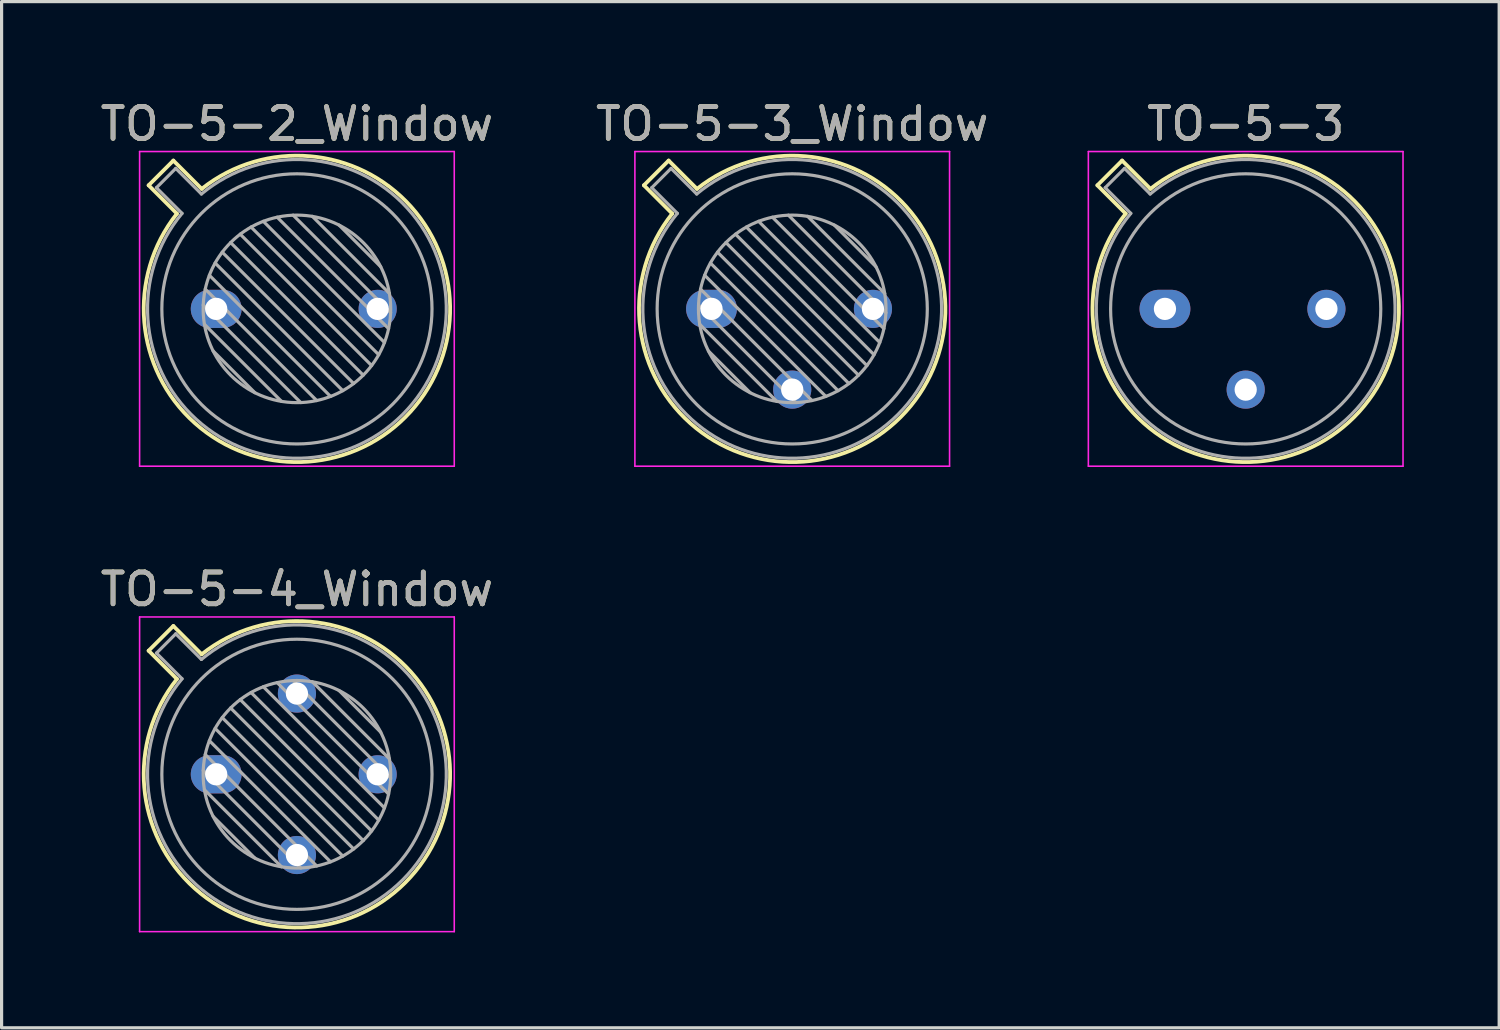
<source format=kicad_pcb>
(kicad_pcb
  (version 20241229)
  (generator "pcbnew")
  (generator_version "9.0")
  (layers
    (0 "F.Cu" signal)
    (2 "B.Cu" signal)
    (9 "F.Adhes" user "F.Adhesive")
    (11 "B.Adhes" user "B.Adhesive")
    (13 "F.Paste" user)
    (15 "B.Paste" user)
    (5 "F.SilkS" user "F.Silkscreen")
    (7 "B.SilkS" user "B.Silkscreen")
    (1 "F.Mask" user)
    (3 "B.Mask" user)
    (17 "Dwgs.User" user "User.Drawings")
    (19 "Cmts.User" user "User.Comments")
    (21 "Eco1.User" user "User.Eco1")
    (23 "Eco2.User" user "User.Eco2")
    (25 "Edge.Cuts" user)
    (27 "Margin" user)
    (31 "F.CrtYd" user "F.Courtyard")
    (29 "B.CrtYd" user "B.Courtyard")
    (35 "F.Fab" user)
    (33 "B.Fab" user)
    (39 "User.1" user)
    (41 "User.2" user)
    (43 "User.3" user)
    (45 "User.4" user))
  (footprint "TO-5-3"
    (layer "F.Cu")
    (at 33.602 6.668)
    (property "Reference" "TO-5-3" (at 2.54 -5.82 0) (layer "F.SilkS") (effects (font (size 1 1) (thickness 0.15))))
    (attr through_hole)
    (fp_line (start -2.126 -3.888) (end -1.235 -2.997) (stroke (width 0.12) (type solid)) (layer "F.SilkS"))
    (fp_line (start -1.348 -4.666) (end -2.126 -3.888) (stroke (width 0.12) (type solid)) (layer "F.SilkS"))
    (fp_line (start -0.457 -3.775) (end -1.348 -4.666) (stroke (width 0.12) (type solid)) (layer "F.SilkS"))
    (fp_arc (start -0.457084 -3.774902) (mid 5.948125 3.408384) (end -1.234674 -2.997371) (stroke (width 0.12) (type solid)) (layer "F.SilkS"))
    (fp_line (start -2.41 -4.95) (end -2.41 4.95) (stroke (width 0.05) (type solid)) (layer "F.CrtYd"))
    (fp_line (start -2.41 4.95) (end 7.49 4.95) (stroke (width 0.05) (type solid)) (layer "F.CrtYd"))
    (fp_line (start 7.49 -4.95) (end -2.41 -4.95) (stroke (width 0.05) (type solid)) (layer "F.CrtYd"))
    (fp_line (start 7.49 4.95) (end 7.49 -4.95) (stroke (width 0.05) (type solid)) (layer "F.CrtYd"))
    (fp_line (start -1.88 -3.812) (end -1.074 -3.005) (stroke (width 0.1) (type solid)) (layer "F.Fab"))
    (fp_line (start -1.272 -4.42) (end -1.88 -3.812) (stroke (width 0.1) (type solid)) (layer "F.Fab"))
    (fp_line (start -0.465 -3.614) (end -1.272 -4.42) (stroke (width 0.1) (type solid)) (layer "F.Fab"))
    (fp_arc (start -0.465408 -3.61352) (mid 5.863443 3.323361) (end -1.073594 -3.005319) (stroke (width 0.1) (type solid)) (layer "F.Fab"))
    (fp_circle (center 2.54 0) (end 6.79 0) (stroke (width 0.1) (type solid)) (fill no) (layer "F.Fab"))
    (fp_text user "${REFERENCE}" (at 2.54 -5.82 0) (layer "F.Fab") (effects (font (size 1 1) (thickness 0.15))))
    (pad "1" thru_hole oval (at 0 0) (size 1.6 1.2) (drill 0.7) (layers "*.Cu" "*.Mask"))
    (pad "2" thru_hole oval (at 2.54 2.54) (size 1.2 1.2) (drill 0.7) (layers "*.Cu" "*.Mask"))
    (pad "3" thru_hole oval (at 5.08 0) (size 1.2 1.2) (drill 0.7) (layers "*.Cu" "*.Mask")))
  (footprint "TO-5-2_Window"
    (layer "F.Cu")
    (at 3.752 6.668)
    (property "Reference" "TO-5-2_Window" (at 2.54 -5.82 0) (layer "F.SilkS") (effects (font (size 1 1) (thickness 0.15))))
    (attr through_hole)
    (fp_line (start -2.126 -3.888) (end -1.235 -2.997) (stroke (width 0.12) (type solid)) (layer "F.SilkS"))
    (fp_line (start -1.348 -4.666) (end -2.126 -3.888) (stroke (width 0.12) (type solid)) (layer "F.SilkS"))
    (fp_line (start -0.457 -3.775) (end -1.348 -4.666) (stroke (width 0.12) (type solid)) (layer "F.SilkS"))
    (fp_arc (start -0.457084 -3.774902) (mid 5.948125 3.408384) (end -1.234674 -2.997371) (stroke (width 0.12) (type solid)) (layer "F.SilkS"))
    (fp_line (start -2.41 -4.95) (end -2.41 4.95) (stroke (width 0.05) (type solid)) (layer "F.CrtYd"))
    (fp_line (start -2.41 4.95) (end 7.49 4.95) (stroke (width 0.05) (type solid)) (layer "F.CrtYd"))
    (fp_line (start 7.49 -4.95) (end -2.41 -4.95) (stroke (width 0.05) (type solid)) (layer "F.CrtYd"))
    (fp_line (start 7.49 4.95) (end 7.49 -4.95) (stroke (width 0.05) (type solid)) (layer "F.CrtYd"))
    (fp_line (start -1.88 -3.812) (end -1.074 -3.005) (stroke (width 0.1) (type solid)) (layer "F.Fab"))
    (fp_line (start -1.272 -4.42) (end -1.88 -3.812) (stroke (width 0.1) (type solid)) (layer "F.Fab"))
    (fp_line (start -0.465 -3.614) (end -1.272 -4.42) (stroke (width 0.1) (type solid)) (layer "F.Fab"))
    (fp_line (start -0.408 -0.12) (end 2.66 2.948) (stroke (width 0.1) (type solid)) (layer "F.Fab"))
    (fp_line (start -0.371 0.485) (end 2.055 2.911) (stroke (width 0.1) (type solid)) (layer "F.Fab"))
    (fp_line (start -0.344 -0.622) (end 3.162 2.884) (stroke (width 0.1) (type solid)) (layer "F.Fab"))
    (fp_line (start -0.215 -1.058) (end 3.598 2.755) (stroke (width 0.1) (type solid)) (layer "F.Fab"))
    (fp_line (start -0.097 1.324) (end 1.216 2.637) (stroke (width 0.1) (type solid)) (layer "F.Fab"))
    (fp_line (start -0.034 -1.443) (end 3.983 2.574) (stroke (width 0.1) (type solid)) (layer "F.Fab"))
    (fp_line (start 0.19 -1.784) (end 4.324 2.35) (stroke (width 0.1) (type solid)) (layer "F.Fab"))
    (fp_line (start 0.454 -2.086) (end 4.626 2.086) (stroke (width 0.1) (type solid)) (layer "F.Fab"))
    (fp_line (start 0.756 -2.35) (end 4.89 1.784) (stroke (width 0.1) (type solid)) (layer "F.Fab"))
    (fp_line (start 1.097 -2.574) (end 5.114 1.443) (stroke (width 0.1) (type solid)) (layer "F.Fab"))
    (fp_line (start 1.482 -2.755) (end 5.295 1.058) (stroke (width 0.1) (type solid)) (layer "F.Fab"))
    (fp_line (start 1.918 -2.884) (end 5.424 0.622) (stroke (width 0.1) (type solid)) (layer "F.Fab"))
    (fp_line (start 2.42 -2.948) (end 5.488 0.12) (stroke (width 0.1) (type solid)) (layer "F.Fab"))
    (fp_line (start 3.025 -2.911) (end 5.451 -0.485) (stroke (width 0.1) (type solid)) (layer "F.Fab"))
    (fp_line (start 3.864 -2.637) (end 5.177 -1.324) (stroke (width 0.1) (type solid)) (layer "F.Fab"))
    (fp_arc (start -0.465408 -3.61352) (mid 5.863443 3.323361) (end -1.073594 -3.005319) (stroke (width 0.1) (type solid)) (layer "F.Fab"))
    (fp_circle (center 2.54 0) (end 5.49 0) (stroke (width 0.1) (type solid)) (fill no) (layer "F.Fab"))
    (fp_circle (center 2.54 0) (end 6.79 0) (stroke (width 0.1) (type solid)) (fill no) (layer "F.Fab"))
    (fp_text user "${REFERENCE}" (at 2.54 -5.82 0) (layer "F.Fab") (effects (font (size 1 1) (thickness 0.15))))
    (pad "1" thru_hole oval (at 0 0) (size 1.6 1.2) (drill 0.7) (layers "*.Cu" "*.Mask"))
    (pad "2" thru_hole oval (at 5.08 0) (size 1.2 1.2) (drill 0.7) (layers "*.Cu" "*.Mask")))
  (footprint "TO-5-4_Window"
    (layer "F.Cu")
    (at 3.752 21.311)
    (property "Reference" "TO-5-4_Window" (at 2.54 -5.82 0) (layer "F.SilkS") (effects (font (size 1 1) (thickness 0.15))))
    (attr through_hole)
    (fp_line (start -2.126 -3.888) (end -1.235 -2.997) (stroke (width 0.12) (type solid)) (layer "F.SilkS"))
    (fp_line (start -1.348 -4.666) (end -2.126 -3.888) (stroke (width 0.12) (type solid)) (layer "F.SilkS"))
    (fp_line (start -0.457 -3.775) (end -1.348 -4.666) (stroke (width 0.12) (type solid)) (layer "F.SilkS"))
    (fp_arc (start -0.457084 -3.774902) (mid 5.948125 3.408384) (end -1.234674 -2.997371) (stroke (width 0.12) (type solid)) (layer "F.SilkS"))
    (fp_line (start -2.41 -4.95) (end -2.41 4.95) (stroke (width 0.05) (type solid)) (layer "F.CrtYd"))
    (fp_line (start -2.41 4.95) (end 7.49 4.95) (stroke (width 0.05) (type solid)) (layer "F.CrtYd"))
    (fp_line (start 7.49 -4.95) (end -2.41 -4.95) (stroke (width 0.05) (type solid)) (layer "F.CrtYd"))
    (fp_line (start 7.49 4.95) (end 7.49 -4.95) (stroke (width 0.05) (type solid)) (layer "F.CrtYd"))
    (fp_line (start -1.88 -3.812) (end -1.074 -3.005) (stroke (width 0.1) (type solid)) (layer "F.Fab"))
    (fp_line (start -1.272 -4.42) (end -1.88 -3.812) (stroke (width 0.1) (type solid)) (layer "F.Fab"))
    (fp_line (start -0.465 -3.614) (end -1.272 -4.42) (stroke (width 0.1) (type solid)) (layer "F.Fab"))
    (fp_line (start -0.408 -0.12) (end 2.66 2.948) (stroke (width 0.1) (type solid)) (layer "F.Fab"))
    (fp_line (start -0.371 0.485) (end 2.055 2.911) (stroke (width 0.1) (type solid)) (layer "F.Fab"))
    (fp_line (start -0.344 -0.622) (end 3.162 2.884) (stroke (width 0.1) (type solid)) (layer "F.Fab"))
    (fp_line (start -0.215 -1.058) (end 3.598 2.755) (stroke (width 0.1) (type solid)) (layer "F.Fab"))
    (fp_line (start -0.097 1.324) (end 1.216 2.637) (stroke (width 0.1) (type solid)) (layer "F.Fab"))
    (fp_line (start -0.034 -1.443) (end 3.983 2.574) (stroke (width 0.1) (type solid)) (layer "F.Fab"))
    (fp_line (start 0.19 -1.784) (end 4.324 2.35) (stroke (width 0.1) (type solid)) (layer "F.Fab"))
    (fp_line (start 0.454 -2.086) (end 4.626 2.086) (stroke (width 0.1) (type solid)) (layer "F.Fab"))
    (fp_line (start 0.756 -2.35) (end 4.89 1.784) (stroke (width 0.1) (type solid)) (layer "F.Fab"))
    (fp_line (start 1.097 -2.574) (end 5.114 1.443) (stroke (width 0.1) (type solid)) (layer "F.Fab"))
    (fp_line (start 1.482 -2.755) (end 5.295 1.058) (stroke (width 0.1) (type solid)) (layer "F.Fab"))
    (fp_line (start 1.918 -2.884) (end 5.424 0.622) (stroke (width 0.1) (type solid)) (layer "F.Fab"))
    (fp_line (start 2.42 -2.948) (end 5.488 0.12) (stroke (width 0.1) (type solid)) (layer "F.Fab"))
    (fp_line (start 3.025 -2.911) (end 5.451 -0.485) (stroke (width 0.1) (type solid)) (layer "F.Fab"))
    (fp_line (start 3.864 -2.637) (end 5.177 -1.324) (stroke (width 0.1) (type solid)) (layer "F.Fab"))
    (fp_arc (start -0.465408 -3.61352) (mid 5.863443 3.323361) (end -1.073594 -3.005319) (stroke (width 0.1) (type solid)) (layer "F.Fab"))
    (fp_circle (center 2.54 0) (end 5.49 0) (stroke (width 0.1) (type solid)) (fill no) (layer "F.Fab"))
    (fp_circle (center 2.54 0) (end 6.79 0) (stroke (width 0.1) (type solid)) (fill no) (layer "F.Fab"))
    (fp_text user "${REFERENCE}" (at 2.54 -5.82 0) (layer "F.Fab") (effects (font (size 1 1) (thickness 0.15))))
    (pad "1" thru_hole oval (at 0 0) (size 1.6 1.2) (drill 0.7) (layers "*.Cu" "*.Mask"))
    (pad "2" thru_hole oval (at 2.54 2.54) (size 1.2 1.2) (drill 0.7) (layers "*.Cu" "*.Mask"))
    (pad "3" thru_hole oval (at 5.08 0) (size 1.2 1.2) (drill 0.7) (layers "*.Cu" "*.Mask"))
    (pad "4" thru_hole oval (at 2.54 -2.54) (size 1.2 1.2) (drill 0.7) (layers "*.Cu" "*.Mask")))
  (footprint "TO-5-3_Window"
    (layer "F.Cu")
    (at 19.335 6.668)
    (property "Reference" "TO-5-3_Window" (at 2.54 -5.82 0) (layer "F.SilkS") (effects (font (size 1 1) (thickness 0.15))))
    (attr through_hole)
    (fp_line (start -2.126 -3.888) (end -1.235 -2.997) (stroke (width 0.12) (type solid)) (layer "F.SilkS"))
    (fp_line (start -1.348 -4.666) (end -2.126 -3.888) (stroke (width 0.12) (type solid)) (layer "F.SilkS"))
    (fp_line (start -0.457 -3.775) (end -1.348 -4.666) (stroke (width 0.12) (type solid)) (layer "F.SilkS"))
    (fp_arc (start -0.457084 -3.774902) (mid 5.948125 3.408384) (end -1.234674 -2.997371) (stroke (width 0.12) (type solid)) (layer "F.SilkS"))
    (fp_line (start -2.41 -4.95) (end -2.41 4.95) (stroke (width 0.05) (type solid)) (layer "F.CrtYd"))
    (fp_line (start -2.41 4.95) (end 7.49 4.95) (stroke (width 0.05) (type solid)) (layer "F.CrtYd"))
    (fp_line (start 7.49 -4.95) (end -2.41 -4.95) (stroke (width 0.05) (type solid)) (layer "F.CrtYd"))
    (fp_line (start 7.49 4.95) (end 7.49 -4.95) (stroke (width 0.05) (type solid)) (layer "F.CrtYd"))
    (fp_line (start -1.88 -3.812) (end -1.074 -3.005) (stroke (width 0.1) (type solid)) (layer "F.Fab"))
    (fp_line (start -1.272 -4.42) (end -1.88 -3.812) (stroke (width 0.1) (type solid)) (layer "F.Fab"))
    (fp_line (start -0.465 -3.614) (end -1.272 -4.42) (stroke (width 0.1) (type solid)) (layer "F.Fab"))
    (fp_line (start -0.408 -0.12) (end 2.66 2.948) (stroke (width 0.1) (type solid)) (layer "F.Fab"))
    (fp_line (start -0.371 0.485) (end 2.055 2.911) (stroke (width 0.1) (type solid)) (layer "F.Fab"))
    (fp_line (start -0.344 -0.622) (end 3.162 2.884) (stroke (width 0.1) (type solid)) (layer "F.Fab"))
    (fp_line (start -0.215 -1.058) (end 3.598 2.755) (stroke (width 0.1) (type solid)) (layer "F.Fab"))
    (fp_line (start -0.097 1.324) (end 1.216 2.637) (stroke (width 0.1) (type solid)) (layer "F.Fab"))
    (fp_line (start -0.034 -1.443) (end 3.983 2.574) (stroke (width 0.1) (type solid)) (layer "F.Fab"))
    (fp_line (start 0.19 -1.784) (end 4.324 2.35) (stroke (width 0.1) (type solid)) (layer "F.Fab"))
    (fp_line (start 0.454 -2.086) (end 4.626 2.086) (stroke (width 0.1) (type solid)) (layer "F.Fab"))
    (fp_line (start 0.756 -2.35) (end 4.89 1.784) (stroke (width 0.1) (type solid)) (layer "F.Fab"))
    (fp_line (start 1.097 -2.574) (end 5.114 1.443) (stroke (width 0.1) (type solid)) (layer "F.Fab"))
    (fp_line (start 1.482 -2.755) (end 5.295 1.058) (stroke (width 0.1) (type solid)) (layer "F.Fab"))
    (fp_line (start 1.918 -2.884) (end 5.424 0.622) (stroke (width 0.1) (type solid)) (layer "F.Fab"))
    (fp_line (start 2.42 -2.948) (end 5.488 0.12) (stroke (width 0.1) (type solid)) (layer "F.Fab"))
    (fp_line (start 3.025 -2.911) (end 5.451 -0.485) (stroke (width 0.1) (type solid)) (layer "F.Fab"))
    (fp_line (start 3.864 -2.637) (end 5.177 -1.324) (stroke (width 0.1) (type solid)) (layer "F.Fab"))
    (fp_arc (start -0.465408 -3.61352) (mid 5.863443 3.323361) (end -1.073594 -3.005319) (stroke (width 0.1) (type solid)) (layer "F.Fab"))
    (fp_circle (center 2.54 0) (end 5.49 0) (stroke (width 0.1) (type solid)) (fill no) (layer "F.Fab"))
    (fp_circle (center 2.54 0) (end 6.79 0) (stroke (width 0.1) (type solid)) (fill no) (layer "F.Fab"))
    (fp_text user "${REFERENCE}" (at 2.54 -5.82 0) (layer "F.Fab") (effects (font (size 1 1) (thickness 0.15))))
    (pad "1" thru_hole oval (at 0 0) (size 1.6 1.2) (drill 0.7) (layers "*.Cu" "*.Mask"))
    (pad "2" thru_hole oval (at 2.54 2.54) (size 1.2 1.2) (drill 0.7) (layers "*.Cu" "*.Mask"))
    (pad "3" thru_hole oval (at 5.08 0) (size 1.2 1.2) (drill 0.7) (layers "*.Cu" "*.Mask")))
  (gr_rect
    (start -3 -3)
    (end 44.117 29.287)
    (stroke (width 0.1) (type default))
    (fill no)
    (layer "Edge.Cuts")))
</source>
